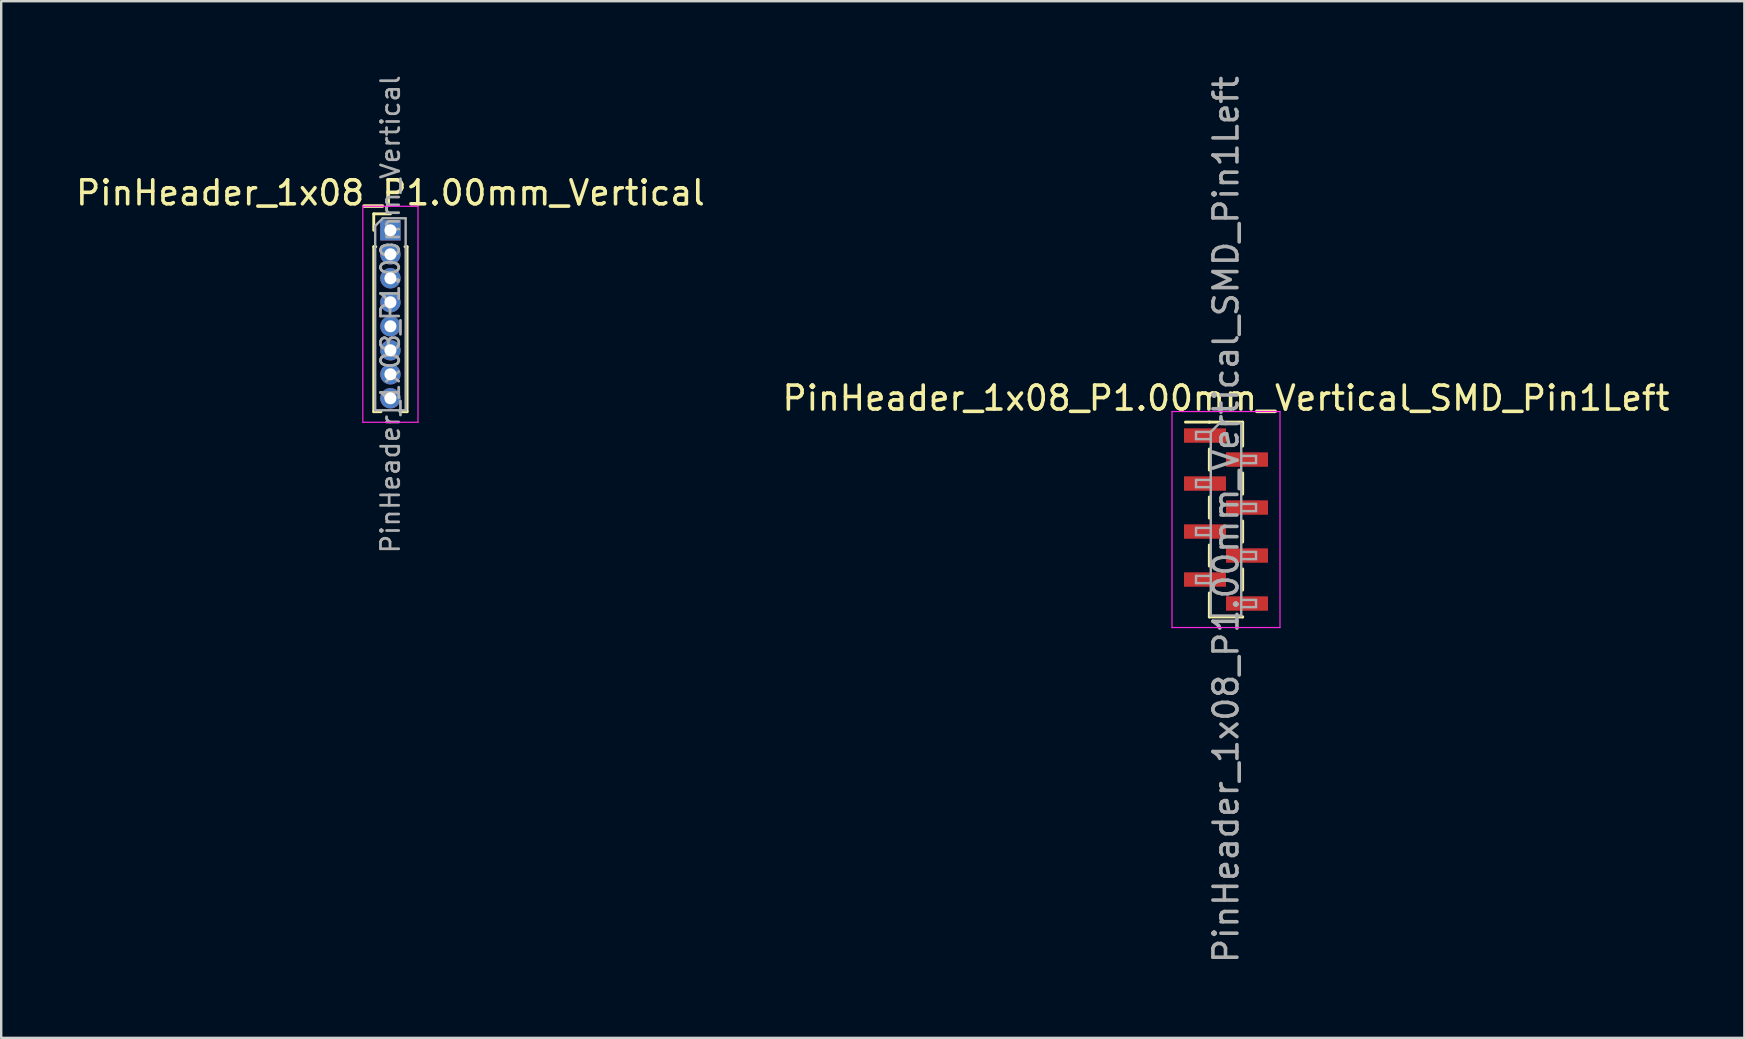
<source format=kicad_pcb>
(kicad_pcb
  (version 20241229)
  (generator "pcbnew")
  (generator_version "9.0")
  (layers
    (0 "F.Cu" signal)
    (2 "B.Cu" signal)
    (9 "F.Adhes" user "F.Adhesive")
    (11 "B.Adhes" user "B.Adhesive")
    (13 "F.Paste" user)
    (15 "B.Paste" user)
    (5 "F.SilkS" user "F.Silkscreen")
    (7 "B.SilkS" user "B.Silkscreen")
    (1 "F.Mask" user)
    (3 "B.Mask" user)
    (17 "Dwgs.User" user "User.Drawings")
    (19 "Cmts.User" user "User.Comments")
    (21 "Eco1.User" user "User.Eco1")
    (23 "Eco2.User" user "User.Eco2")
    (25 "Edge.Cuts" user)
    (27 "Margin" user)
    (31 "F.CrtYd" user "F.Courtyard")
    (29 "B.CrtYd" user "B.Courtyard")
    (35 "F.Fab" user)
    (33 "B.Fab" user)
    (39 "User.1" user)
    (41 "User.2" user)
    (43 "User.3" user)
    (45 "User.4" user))
  (footprint "PinHeader_1x08_P1.00mm_Vertical"
    (layer "F.Cu")
    (at 13.22 6.547)
    (property "Reference" "PinHeader_1x08_P1.00mm_Vertical" (at 0 -1.56 0) (layer "F.SilkS") (effects (font (size 1 1) (thickness 0.15))))
    (attr through_hole)
    (fp_line (start -0.695 -0.685) (end 0 -0.685) (stroke (width 0.12) (type solid)) (layer "F.SilkS"))
    (fp_line (start -0.695 0) (end -0.695 -0.685) (stroke (width 0.12) (type solid)) (layer "F.SilkS"))
    (fp_line (start -0.695 0.685) (end -0.695 7.56) (stroke (width 0.12) (type solid)) (layer "F.SilkS"))
    (fp_line (start -0.695 0.685) (end -0.608 0.685) (stroke (width 0.12) (type solid)) (layer "F.SilkS"))
    (fp_line (start -0.695 7.56) (end -0.394 7.56) (stroke (width 0.12) (type solid)) (layer "F.SilkS"))
    (fp_line (start 0.394 7.56) (end 0.695 7.56) (stroke (width 0.12) (type solid)) (layer "F.SilkS"))
    (fp_line (start 0.608 0.685) (end 0.695 0.685) (stroke (width 0.12) (type solid)) (layer "F.SilkS"))
    (fp_line (start 0.695 0.685) (end 0.695 7.56) (stroke (width 0.12) (type solid)) (layer "F.SilkS"))
    (fp_line (start -1.15 -1) (end -1.15 8) (stroke (width 0.05) (type solid)) (layer "F.CrtYd"))
    (fp_line (start -1.15 8) (end 1.15 8) (stroke (width 0.05) (type solid)) (layer "F.CrtYd"))
    (fp_line (start 1.15 -1) (end -1.15 -1) (stroke (width 0.05) (type solid)) (layer "F.CrtYd"))
    (fp_line (start 1.15 8) (end 1.15 -1) (stroke (width 0.05) (type solid)) (layer "F.CrtYd"))
    (fp_line (start -0.635 -0.182) (end -0.318 -0.5) (stroke (width 0.1) (type solid)) (layer "F.Fab"))
    (fp_line (start -0.635 7.5) (end -0.635 -0.182) (stroke (width 0.1) (type solid)) (layer "F.Fab"))
    (fp_line (start -0.318 -0.5) (end 0.635 -0.5) (stroke (width 0.1) (type solid)) (layer "F.Fab"))
    (fp_line (start 0.635 -0.5) (end 0.635 7.5) (stroke (width 0.1) (type solid)) (layer "F.Fab"))
    (fp_line (start 0.635 7.5) (end -0.635 7.5) (stroke (width 0.1) (type solid)) (layer "F.Fab"))
    (fp_text user "${REFERENCE}" (at 0 3.5 90) (layer "F.Fab") (effects (font (size 0.76 0.76) (thickness 0.114))))
    (pad "1" thru_hole rect (at 0 0) (size 0.85 0.85) (drill 0.5) (layers "*.Cu" "*.Mask"))
    (pad "2" thru_hole oval (at 0 1) (size 0.85 0.85) (drill 0.5) (layers "*.Cu" "*.Mask"))
    (pad "3" thru_hole oval (at 0 2) (size 0.85 0.85) (drill 0.5) (layers "*.Cu" "*.Mask"))
    (pad "4" thru_hole oval (at 0 3) (size 0.85 0.85) (drill 0.5) (layers "*.Cu" "*.Mask"))
    (pad "5" thru_hole oval (at 0 4) (size 0.85 0.85) (drill 0.5) (layers "*.Cu" "*.Mask"))
    (pad "6" thru_hole oval (at 0 5) (size 0.85 0.85) (drill 0.5) (layers "*.Cu" "*.Mask"))
    (pad "7" thru_hole oval (at 0 6) (size 0.85 0.85) (drill 0.5) (layers "*.Cu" "*.Mask"))
    (pad "8" thru_hole oval (at 0 7) (size 0.85 0.85) (drill 0.5) (layers "*.Cu" "*.Mask")))
  (footprint "PinHeader_1x08_P1.00mm_Vertical_SMD_Pin1Left"
    (layer "F.Cu")
    (at 48.042 18.601)
    (property "Reference" "PinHeader_1x08_P1.00mm_Vertical_SMD_Pin1Left" (at 0 -5.06 0) (layer "F.SilkS") (effects (font (size 1 1) (thickness 0.15))))
    (attr smd)
    (fp_line (start -0.695 -4.06) (end -1.69 -4.06) (stroke (width 0.12) (type solid)) (layer "F.SilkS"))
    (fp_line (start -0.695 -4.06) (end -0.695 -4.06) (stroke (width 0.12) (type solid)) (layer "F.SilkS"))
    (fp_line (start -0.695 -4.06) (end 0.695 -4.06) (stroke (width 0.12) (type solid)) (layer "F.SilkS"))
    (fp_line (start -0.695 -2.94) (end -0.695 -2.06) (stroke (width 0.12) (type solid)) (layer "F.SilkS"))
    (fp_line (start -0.695 -0.94) (end -0.695 -0.06) (stroke (width 0.12) (type solid)) (layer "F.SilkS"))
    (fp_line (start -0.695 1.06) (end -0.695 1.94) (stroke (width 0.12) (type solid)) (layer "F.SilkS"))
    (fp_line (start -0.695 3.06) (end -0.695 4.06) (stroke (width 0.12) (type solid)) (layer "F.SilkS"))
    (fp_line (start -0.695 4.06) (end 0.695 4.06) (stroke (width 0.12) (type solid)) (layer "F.SilkS"))
    (fp_line (start 0.695 -4.06) (end 0.695 -3.06) (stroke (width 0.12) (type solid)) (layer "F.SilkS"))
    (fp_line (start 0.695 -1.94) (end 0.695 -1.06) (stroke (width 0.12) (type solid)) (layer "F.SilkS"))
    (fp_line (start 0.695 0.06) (end 0.695 0.94) (stroke (width 0.12) (type solid)) (layer "F.SilkS"))
    (fp_line (start 0.695 2.06) (end 0.695 2.94) (stroke (width 0.12) (type solid)) (layer "F.SilkS"))
    (fp_line (start 0.695 4.06) (end 0.695 4.06) (stroke (width 0.12) (type solid)) (layer "F.SilkS"))
    (fp_line (start -2.25 -4.5) (end -2.25 4.5) (stroke (width 0.05) (type solid)) (layer "F.CrtYd"))
    (fp_line (start -2.25 4.5) (end 2.25 4.5) (stroke (width 0.05) (type solid)) (layer "F.CrtYd"))
    (fp_line (start 2.25 -4.5) (end -2.25 -4.5) (stroke (width 0.05) (type solid)) (layer "F.CrtYd"))
    (fp_line (start 2.25 4.5) (end 2.25 -4.5) (stroke (width 0.05) (type solid)) (layer "F.CrtYd"))
    (fp_line (start -1.25 -3.65) (end -1.25 -3.35) (stroke (width 0.1) (type solid)) (layer "F.Fab"))
    (fp_line (start -1.25 -3.35) (end -0.635 -3.35) (stroke (width 0.1) (type solid)) (layer "F.Fab"))
    (fp_line (start -1.25 -1.65) (end -1.25 -1.35) (stroke (width 0.1) (type solid)) (layer "F.Fab"))
    (fp_line (start -1.25 -1.35) (end -0.635 -1.35) (stroke (width 0.1) (type solid)) (layer "F.Fab"))
    (fp_line (start -1.25 0.35) (end -1.25 0.65) (stroke (width 0.1) (type solid)) (layer "F.Fab"))
    (fp_line (start -1.25 0.65) (end -0.635 0.65) (stroke (width 0.1) (type solid)) (layer "F.Fab"))
    (fp_line (start -1.25 2.35) (end -1.25 2.65) (stroke (width 0.1) (type solid)) (layer "F.Fab"))
    (fp_line (start -1.25 2.65) (end -0.635 2.65) (stroke (width 0.1) (type solid)) (layer "F.Fab"))
    (fp_line (start -0.635 -3.65) (end -1.25 -3.65) (stroke (width 0.1) (type solid)) (layer "F.Fab"))
    (fp_line (start -0.635 -3.65) (end -0.285 -4) (stroke (width 0.1) (type solid)) (layer "F.Fab"))
    (fp_line (start -0.635 -1.65) (end -1.25 -1.65) (stroke (width 0.1) (type solid)) (layer "F.Fab"))
    (fp_line (start -0.635 0.35) (end -1.25 0.35) (stroke (width 0.1) (type solid)) (layer "F.Fab"))
    (fp_line (start -0.635 2.35) (end -1.25 2.35) (stroke (width 0.1) (type solid)) (layer "F.Fab"))
    (fp_line (start -0.635 4) (end -0.635 -3.65) (stroke (width 0.1) (type solid)) (layer "F.Fab"))
    (fp_line (start -0.285 -4) (end 0.635 -4) (stroke (width 0.1) (type solid)) (layer "F.Fab"))
    (fp_line (start 0.635 -4) (end 0.635 4) (stroke (width 0.1) (type solid)) (layer "F.Fab"))
    (fp_line (start 0.635 -2.65) (end 1.25 -2.65) (stroke (width 0.1) (type solid)) (layer "F.Fab"))
    (fp_line (start 0.635 -0.65) (end 1.25 -0.65) (stroke (width 0.1) (type solid)) (layer "F.Fab"))
    (fp_line (start 0.635 1.35) (end 1.25 1.35) (stroke (width 0.1) (type solid)) (layer "F.Fab"))
    (fp_line (start 0.635 3.35) (end 1.25 3.35) (stroke (width 0.1) (type solid)) (layer "F.Fab"))
    (fp_line (start 0.635 4) (end -0.635 4) (stroke (width 0.1) (type solid)) (layer "F.Fab"))
    (fp_line (start 1.25 -2.65) (end 1.25 -2.35) (stroke (width 0.1) (type solid)) (layer "F.Fab"))
    (fp_line (start 1.25 -2.35) (end 0.635 -2.35) (stroke (width 0.1) (type solid)) (layer "F.Fab"))
    (fp_line (start 1.25 -0.65) (end 1.25 -0.35) (stroke (width 0.1) (type solid)) (layer "F.Fab"))
    (fp_line (start 1.25 -0.35) (end 0.635 -0.35) (stroke (width 0.1) (type solid)) (layer "F.Fab"))
    (fp_line (start 1.25 1.35) (end 1.25 1.65) (stroke (width 0.1) (type solid)) (layer "F.Fab"))
    (fp_line (start 1.25 1.65) (end 0.635 1.65) (stroke (width 0.1) (type solid)) (layer "F.Fab"))
    (fp_line (start 1.25 3.35) (end 1.25 3.65) (stroke (width 0.1) (type solid)) (layer "F.Fab"))
    (fp_line (start 1.25 3.65) (end 0.635 3.65) (stroke (width 0.1) (type solid)) (layer "F.Fab"))
    (fp_text user "${REFERENCE}" (at 0 0 90) (layer "F.Fab") (effects (font (size 1 1) (thickness 0.15))))
    (pad "1" smd rect (at -0.875 -3.5) (size 1.75 0.6) (layers "F.Cu" "F.Mask" "F.Paste"))
    (pad "2" smd rect (at 0.875 -2.5) (size 1.75 0.6) (layers "F.Cu" "F.Mask" "F.Paste"))
    (pad "3" smd rect (at -0.875 -1.5) (size 1.75 0.6) (layers "F.Cu" "F.Mask" "F.Paste"))
    (pad "4" smd rect (at 0.875 -0.5) (size 1.75 0.6) (layers "F.Cu" "F.Mask" "F.Paste"))
    (pad "5" smd rect (at -0.875 0.5) (size 1.75 0.6) (layers "F.Cu" "F.Mask" "F.Paste"))
    (pad "6" smd rect (at 0.875 1.5) (size 1.75 0.6) (layers "F.Cu" "F.Mask" "F.Paste"))
    (pad "7" smd rect (at -0.875 2.5) (size 1.75 0.6) (layers "F.Cu" "F.Mask" "F.Paste"))
    (pad "8" smd rect (at 0.875 3.5) (size 1.75 0.6) (layers "F.Cu" "F.Mask" "F.Paste")))
  (gr_rect
    (start -3 -3)
    (end 69.643 40.202)
    (stroke (width 0.1) (type default))
    (fill no)
    (layer "Edge.Cuts")))
</source>
